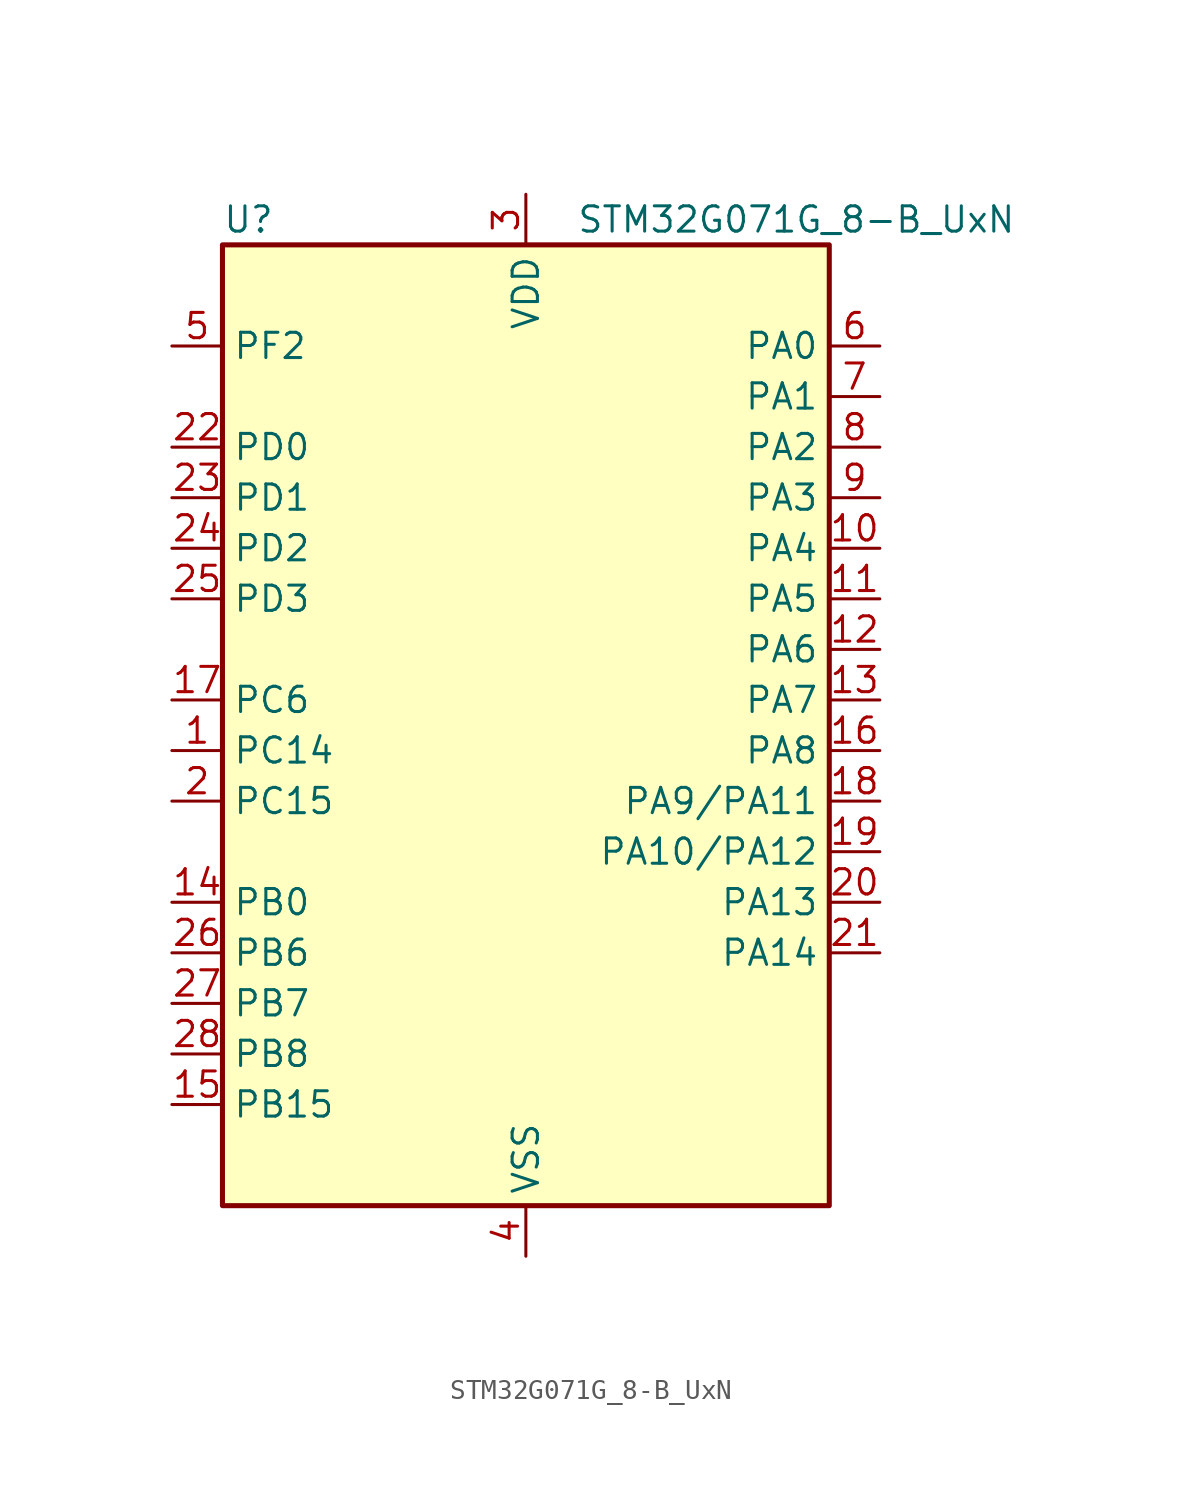
<source format=kicad_sym>
(kicad_symbol_lib
  (version 20231120)
  (generator "kicad-library-utils")
  (generator_version "8.0")
  (symbol "STM32G071G_8-B_UxN"
    (property "Reference" "U"
      (at -15.24 26.67 0)
      (effects (font (size 1.27 1.27)) (justify left)))
    (property "Value" "STM32G071G_8-B_UxN"
      (at 2.54 26.67 0)
      (effects (font (size 1.27 1.27)) (justify left)))
    (symbol "STM32G071G_8-B_UxN_0_1"
      (rectangle (start -15.24 -22.86) (end 15.24 25.4) (stroke (width 0.254) (type default)) (fill (type background))))
    (symbol "STM32G071G_8-B_UxN_1_1"
      (pin bidirectional line (at -17.78 0 0) (length 2.54) (name "PC14" (effects (font (size 1.27 1.27)))) (number "1" (effects (font (size 1.27 1.27)))) (alternate "RCC_OSC32_IN" bidirectional line) (alternate "RCC_OSC_IN" bidirectional line) (alternate "TIM1_BK2" bidirectional line))
      (pin bidirectional line (at 17.78 10.16 180) (length 2.54) (name "PA4" (effects (font (size 1.27 1.27)))) (number "10" (effects (font (size 1.27 1.27)))) (alternate "ADC1_IN4" bidirectional line) (alternate "DAC1_OUT1" bidirectional line) (alternate "I2S1_WS" bidirectional line) (alternate "LPTIM2_OUT" bidirectional line) (alternate "RTC_OUT_ALARM" bidirectional line) (alternate "RTC_OUT_CALIB" bidirectional line) (alternate "RTC_TAMP_IN1" bidirectional line) (alternate "RTC_TS" bidirectional line) (alternate "SPI1_NSS" bidirectional line) (alternate "SPI2_MOSI" bidirectional line) (alternate "SYS_WKUP2" bidirectional line) (alternate "TIM14_CH1" bidirectional line) (alternate "UCPD2_FRSTX1" bidirectional line) (alternate "UCPD2_FRSTX2" bidirectional line))
      (pin bidirectional line (at 17.78 7.62 180) (length 2.54) (name "PA5" (effects (font (size 1.27 1.27)))) (number "11" (effects (font (size 1.27 1.27)))) (alternate "ADC1_IN5" bidirectional line) (alternate "CEC" bidirectional line) (alternate "DAC1_OUT2" bidirectional line) (alternate "I2S1_CK" bidirectional line) (alternate "LPTIM2_ETR" bidirectional line) (alternate "SPI1_SCK" bidirectional line) (alternate "TIM2_CH1" bidirectional line) (alternate "TIM2_ETR" bidirectional line) (alternate "UCPD1_FRSTX1" bidirectional line) (alternate "UCPD1_FRSTX2" bidirectional line) (alternate "USART3_TX" bidirectional line))
      (pin bidirectional line (at 17.78 5.08 180) (length 2.54) (name "PA6" (effects (font (size 1.27 1.27)))) (number "12" (effects (font (size 1.27 1.27)))) (alternate "ADC1_IN6" bidirectional line) (alternate "COMP1_OUT" bidirectional line) (alternate "I2S1_MCK" bidirectional line) (alternate "LPUART1_CTS" bidirectional line) (alternate "SPI1_MISO" bidirectional line) (alternate "TIM16_CH1" bidirectional line) (alternate "TIM1_BK" bidirectional line) (alternate "TIM3_CH1" bidirectional line) (alternate "USART3_CTS" bidirectional line) (alternate "USART3_NSS" bidirectional line))
      (pin bidirectional line (at 17.78 2.54 180) (length 2.54) (name "PA7" (effects (font (size 1.27 1.27)))) (number "13" (effects (font (size 1.27 1.27)))) (alternate "ADC1_IN7" bidirectional line) (alternate "COMP2_OUT" bidirectional line) (alternate "I2S1_SD" bidirectional line) (alternate "SPI1_MOSI" bidirectional line) (alternate "TIM14_CH1" bidirectional line) (alternate "TIM17_CH1" bidirectional line) (alternate "TIM1_CH1N" bidirectional line) (alternate "TIM3_CH2" bidirectional line) (alternate "UCPD1_FRSTX1" bidirectional line) (alternate "UCPD1_FRSTX2" bidirectional line))
      (pin bidirectional line (at -17.78 -7.62 0) (length 2.54) (name "PB0" (effects (font (size 1.27 1.27)))) (number "14" (effects (font (size 1.27 1.27)))) (alternate "ADC1_IN8" bidirectional line) (alternate "COMP1_OUT" bidirectional line) (alternate "I2S1_WS" bidirectional line) (alternate "LPTIM1_OUT" bidirectional line) (alternate "SPI1_NSS" bidirectional line) (alternate "TIM1_CH2N" bidirectional line) (alternate "TIM3_CH3" bidirectional line) (alternate "UCPD1_DBCC2" bidirectional line) (alternate "UCPD1_FRSTX1" bidirectional line) (alternate "UCPD1_FRSTX2" bidirectional line) (alternate "USART3_RX" bidirectional line))
      (pin bidirectional line (at -17.78 -17.78 0) (length 2.54) (name "PB15" (effects (font (size 1.27 1.27)))) (number "15" (effects (font (size 1.27 1.27)))) (alternate "RTC_REFIN" bidirectional line) (alternate "SPI2_MOSI" bidirectional line) (alternate "TIM15_CH1N" bidirectional line) (alternate "TIM15_CH2" bidirectional line) (alternate "TIM1_CH3N" bidirectional line) (alternate "UCPD1_CC2" bidirectional line))
      (pin bidirectional line (at 17.78 0 180) (length 2.54) (name "PA8" (effects (font (size 1.27 1.27)))) (number "16" (effects (font (size 1.27 1.27)))) (alternate "LPTIM2_OUT" bidirectional line) (alternate "RCC_MCO" bidirectional line) (alternate "SPI2_NSS" bidirectional line) (alternate "TIM1_CH1" bidirectional line) (alternate "UCPD1_CC1" bidirectional line))
      (pin bidirectional line (at -17.78 2.54 0) (length 2.54) (name "PC6" (effects (font (size 1.27 1.27)))) (number "17" (effects (font (size 1.27 1.27)))) (alternate "TIM2_CH3" bidirectional line) (alternate "TIM3_CH1" bidirectional line) (alternate "UCPD1_DBCC1" bidirectional line) (alternate "UCPD1_FRSTX1" bidirectional line) (alternate "UCPD1_FRSTX2" bidirectional line))
      (pin bidirectional line (at 17.78 -2.54 180) (length 2.54) (name "PA9/PA11" (effects (font (size 1.27 1.27)))) (number "18" (effects (font (size 1.27 1.27)))) (alternate "PA9" bidirectional line) (alternate "DAC1_EXTI9 (PA9)" bidirectional line) (alternate "I2C1_SCL (PA9)" bidirectional line) (alternate "RCC_MCO (PA9)" bidirectional line) (alternate "SPI2_MISO (PA9)" bidirectional line) (alternate "TIM15_BK (PA9)" bidirectional line) (alternate "TIM1_CH2 (PA9)" bidirectional line) (alternate "USART1_TX (PA9)" bidirectional line) (alternate "PA11" bidirectional line) (alternate "ADC1_EXTI11 (PA11)" bidirectional line) (alternate "COMP1_OUT (PA11)" bidirectional line) (alternate "I2C2_SCL (PA11)" bidirectional line) (alternate "I2S1_MCK (PA11)" bidirectional line) (alternate "SPI1_MISO (PA11)" bidirectional line) (alternate "TIM1_BK2 (PA11)" bidirectional line) (alternate "TIM1_CH4 (PA11)" bidirectional line) (alternate "USART1_CTS (PA11)" bidirectional line) (alternate "USART1_NSS (PA11)" bidirectional line))
      (pin bidirectional line (at 17.78 -5.08 180) (length 2.54) (name "PA10/PA12" (effects (font (size 1.27 1.27)))) (number "19" (effects (font (size 1.27 1.27)))) (alternate "PA10" bidirectional line) (alternate "I2C1_SDA (PA10)" bidirectional line) (alternate "SPI2_MOSI (PA10)" bidirectional line) (alternate "TIM17_BK (PA10)" bidirectional line) (alternate "TIM1_CH3 (PA10)" bidirectional line) (alternate "USART1_RX (PA10)" bidirectional line) (alternate "PA12" bidirectional line) (alternate "COMP2_OUT (PA12)" bidirectional line) (alternate "I2C2_SDA (PA12)" bidirectional line) (alternate "I2S1_SD (PA12)" bidirectional line) (alternate "I2S_CKIN (PA12)" bidirectional line) (alternate "SPI1_MOSI (PA12)" bidirectional line) (alternate "TIM1_ETR (PA12)" bidirectional line) (alternate "USART1_CK (PA12)" bidirectional line) (alternate "USART1_DE (PA12)" bidirectional line) (alternate "USART1_RTS (PA12)" bidirectional line))
      (pin bidirectional line (at -17.78 -2.54 0) (length 2.54) (name "PC15" (effects (font (size 1.27 1.27)))) (number "2" (effects (font (size 1.27 1.27)))) (alternate "RCC_OSC32_EN" bidirectional line) (alternate "RCC_OSC32_OUT" bidirectional line) (alternate "RCC_OSC_EN" bidirectional line) (alternate "TIM15_BK" bidirectional line))
      (pin bidirectional line (at 17.78 -7.62 180) (length 2.54) (name "PA13" (effects (font (size 1.27 1.27)))) (number "20" (effects (font (size 1.27 1.27)))) (alternate "IR_OUT" bidirectional line) (alternate "SYS_SWDIO" bidirectional line))
      (pin bidirectional line (at 17.78 -10.16 180) (length 2.54) (name "PA14" (effects (font (size 1.27 1.27)))) (number "21" (effects (font (size 1.27 1.27)))) (alternate "SYS_SWCLK" bidirectional line) (alternate "USART2_TX" bidirectional line))
      (pin bidirectional line (at -17.78 15.24 0) (length 2.54) (name "PD0" (effects (font (size 1.27 1.27)))) (number "22" (effects (font (size 1.27 1.27)))) (alternate "SPI2_NSS" bidirectional line) (alternate "TIM16_CH1" bidirectional line) (alternate "UCPD2_CC1" bidirectional line))
      (pin bidirectional line (at -17.78 12.7 0) (length 2.54) (name "PD1" (effects (font (size 1.27 1.27)))) (number "23" (effects (font (size 1.27 1.27)))) (alternate "SPI2_SCK" bidirectional line) (alternate "TIM17_CH1" bidirectional line) (alternate "UCPD2_DBCC1" bidirectional line))
      (pin bidirectional line (at -17.78 10.16 0) (length 2.54) (name "PD2" (effects (font (size 1.27 1.27)))) (number "24" (effects (font (size 1.27 1.27)))) (alternate "TIM1_CH1N" bidirectional line) (alternate "TIM3_ETR" bidirectional line) (alternate "UCPD2_CC2" bidirectional line) (alternate "USART3_CK" bidirectional line) (alternate "USART3_DE" bidirectional line) (alternate "USART3_RTS" bidirectional line))
      (pin bidirectional line (at -17.78 7.62 0) (length 2.54) (name "PD3" (effects (font (size 1.27 1.27)))) (number "25" (effects (font (size 1.27 1.27)))) (alternate "SPI2_MISO" bidirectional line) (alternate "TIM1_CH2N" bidirectional line) (alternate "UCPD2_DBCC2" bidirectional line) (alternate "USART2_CTS" bidirectional line) (alternate "USART2_NSS" bidirectional line))
      (pin bidirectional line (at -17.78 -10.16 0) (length 2.54) (name "PB6" (effects (font (size 1.27 1.27)))) (number "26" (effects (font (size 1.27 1.27)))) (alternate "COMP2_INP" bidirectional line) (alternate "I2C1_SCL" bidirectional line) (alternate "LPTIM1_ETR" bidirectional line) (alternate "SPI2_MISO" bidirectional line) (alternate "TIM16_CH1N" bidirectional line) (alternate "TIM1_CH3" bidirectional line) (alternate "USART1_TX" bidirectional line))
      (pin bidirectional line (at -17.78 -12.7 0) (length 2.54) (name "PB7" (effects (font (size 1.27 1.27)))) (number "27" (effects (font (size 1.27 1.27)))) (alternate "COMP2_INM" bidirectional line) (alternate "I2C1_SDA" bidirectional line) (alternate "LPTIM1_IN2" bidirectional line) (alternate "SPI2_MOSI" bidirectional line) (alternate "SYS_PVD_IN" bidirectional line) (alternate "TIM17_CH1N" bidirectional line) (alternate "USART1_RX" bidirectional line) (alternate "USART4_CTS" bidirectional line) (alternate "USART4_NSS" bidirectional line))
      (pin bidirectional line (at -17.78 -15.24 0) (length 2.54) (name "PB8" (effects (font (size 1.27 1.27)))) (number "28" (effects (font (size 1.27 1.27)))) (alternate "CEC" bidirectional line) (alternate "I2C1_SCL" bidirectional line) (alternate "SPI2_SCK" bidirectional line) (alternate "TIM15_BK" bidirectional line) (alternate "TIM16_CH1" bidirectional line) (alternate "USART3_TX" bidirectional line))
      (pin power_in line (at 0 27.94 270) (length 2.54) (name "VDD" (effects (font (size 1.27 1.27)))) (number "3" (effects (font (size 1.27 1.27)))))
      (pin power_in line (at 0 -25.4 90) (length 2.54) (name "VSS" (effects (font (size 1.27 1.27)))) (number "4" (effects (font (size 1.27 1.27)))))
      (pin bidirectional line (at -17.78 20.32 0) (length 2.54) (name "PF2" (effects (font (size 1.27 1.27)))) (number "5" (effects (font (size 1.27 1.27)))) (alternate "RCC_MCO" bidirectional line))
      (pin bidirectional line (at 17.78 20.32 180) (length 2.54) (name "PA0" (effects (font (size 1.27 1.27)))) (number "6" (effects (font (size 1.27 1.27)))) (alternate "ADC1_IN0" bidirectional line) (alternate "COMP1_INM" bidirectional line) (alternate "COMP1_OUT" bidirectional line) (alternate "LPTIM1_OUT" bidirectional line) (alternate "RTC_TAMP_IN2" bidirectional line) (alternate "SPI2_SCK" bidirectional line) (alternate "SYS_WKUP1" bidirectional line) (alternate "TIM2_CH1" bidirectional line) (alternate "TIM2_ETR" bidirectional line) (alternate "UCPD2_FRSTX1" bidirectional line) (alternate "UCPD2_FRSTX2" bidirectional line) (alternate "USART2_CTS" bidirectional line) (alternate "USART2_NSS" bidirectional line) (alternate "USART4_TX" bidirectional line))
      (pin bidirectional line (at 17.78 17.78 180) (length 2.54) (name "PA1" (effects (font (size 1.27 1.27)))) (number "7" (effects (font (size 1.27 1.27)))) (alternate "ADC1_IN1" bidirectional line) (alternate "COMP1_INP" bidirectional line) (alternate "I2C1_SMBA" bidirectional line) (alternate "I2S1_CK" bidirectional line) (alternate "SPI1_SCK" bidirectional line) (alternate "TIM15_CH1N" bidirectional line) (alternate "TIM2_CH2" bidirectional line) (alternate "USART2_CK" bidirectional line) (alternate "USART2_DE" bidirectional line) (alternate "USART2_RTS" bidirectional line) (alternate "USART4_RX" bidirectional line))
      (pin bidirectional line (at 17.78 15.24 180) (length 2.54) (name "PA2" (effects (font (size 1.27 1.27)))) (number "8" (effects (font (size 1.27 1.27)))) (alternate "ADC1_IN2" bidirectional line) (alternate "COMP2_INM" bidirectional line) (alternate "COMP2_OUT" bidirectional line) (alternate "I2S1_SD" bidirectional line) (alternate "LPUART1_TX" bidirectional line) (alternate "RCC_LSCO" bidirectional line) (alternate "SPI1_MOSI" bidirectional line) (alternate "SYS_WKUP4" bidirectional line) (alternate "TIM15_CH1" bidirectional line) (alternate "TIM2_CH3" bidirectional line) (alternate "UCPD1_FRSTX1" bidirectional line) (alternate "UCPD1_FRSTX2" bidirectional line) (alternate "USART2_TX" bidirectional line))
      (pin bidirectional line (at 17.78 12.7 180) (length 2.54) (name "PA3" (effects (font (size 1.27 1.27)))) (number "9" (effects (font (size 1.27 1.27)))) (alternate "ADC1_IN3" bidirectional line) (alternate "COMP2_INP" bidirectional line) (alternate "LPUART1_RX" bidirectional line) (alternate "SPI2_MISO" bidirectional line) (alternate "TIM15_CH2" bidirectional line) (alternate "TIM2_CH4" bidirectional line) (alternate "UCPD2_FRSTX1" bidirectional line) (alternate "UCPD2_FRSTX2" bidirectional line) (alternate "USART2_RX" bidirectional line)))))
</source>
